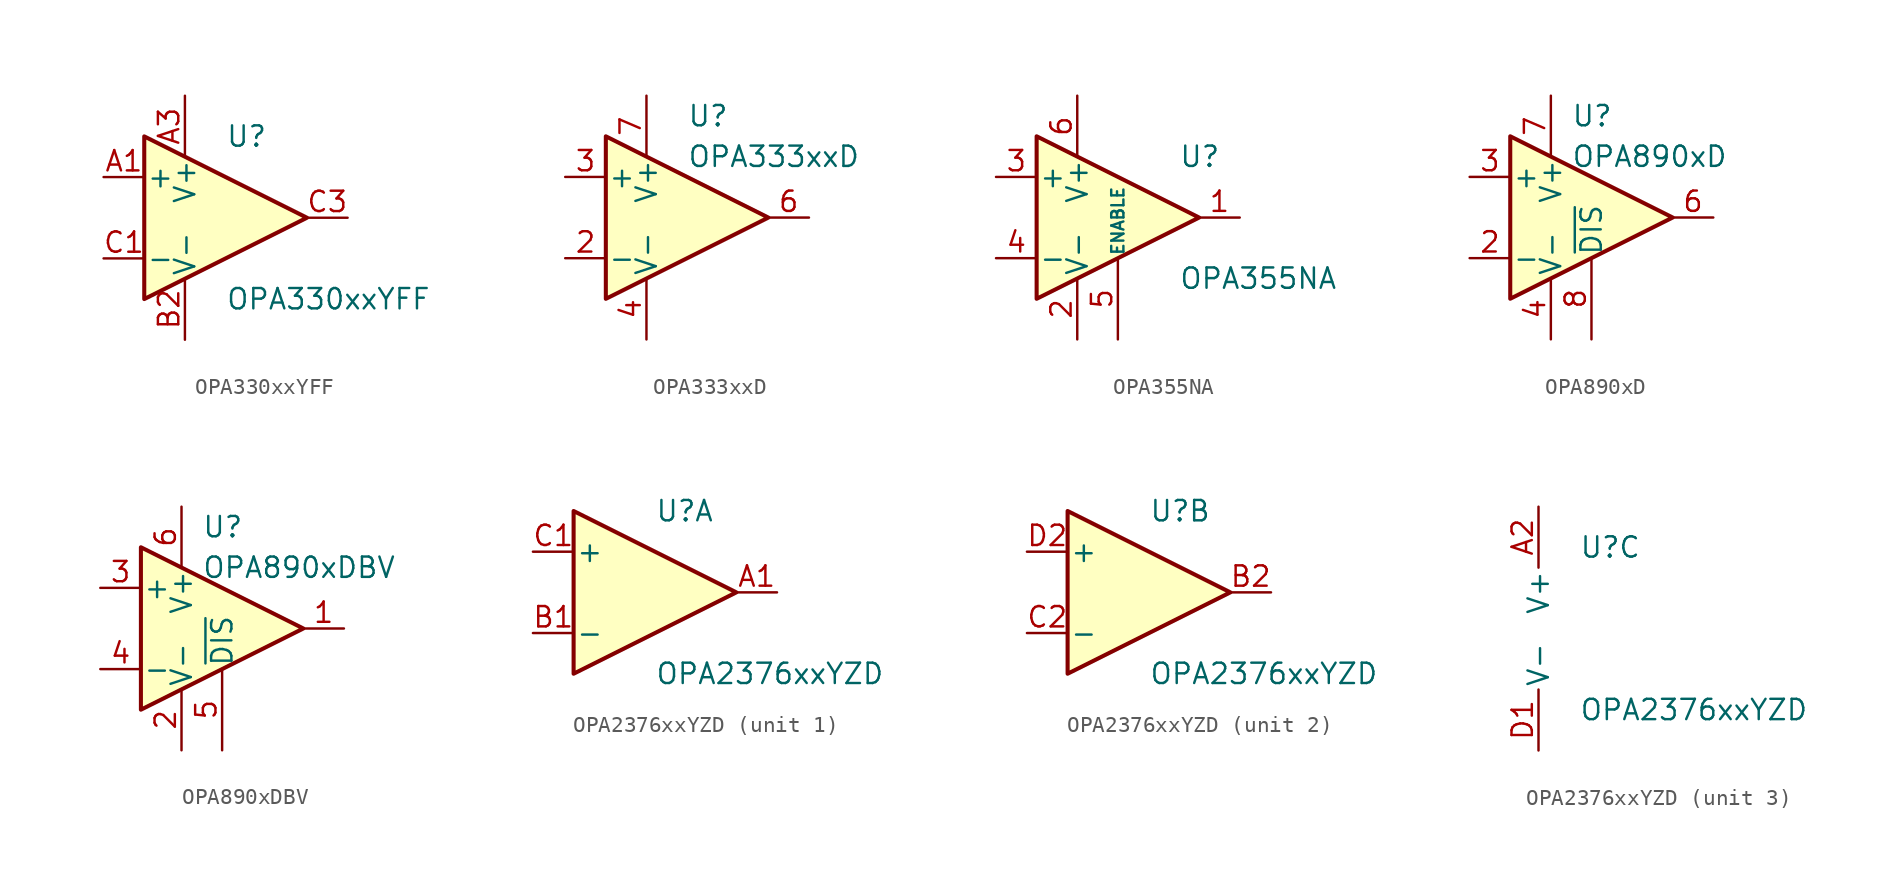
<source format=kicad_sym>
(kicad_symbol_lib
  (version 20200126)
  (host kicad_symbol_editor "(5.99.0-2908-g9a4f92dfd9)")
  (symbol "Bobs_Op_Amps:OPA330xxYFF"
    (pin_names
      (offset 0.127))
    (property "Reference" "U"
      (at 0 5.08 0)
      (effects (font (size 1.27 1.27)) (justify left)))
    (property "Value" "OPA330xxYFF"
      (at 0 -5.08 0)
      (effects (font (size 1.27 1.27)) (justify left)))
    (symbol "OPA330xxYFF_0_1"
      (polyline (pts (xy -5.08 5.08) (xy 5.08 0) (xy -5.08 -5.08) (xy -5.08 5.08)) (stroke (width 0.254)) (fill (type background)))
      (pin power_in line (at -2.54 7.62 270) (length 3.81) (name "V+" (effects (font (size 1.27 1.27)))) (number "A3" (effects (font (size 1.27 1.27)))))
      (pin power_in line (at -2.54 -7.62 90) (length 3.81) (name "V-" (effects (font (size 1.27 1.27)))) (number "B2" (effects (font (size 1.27 1.27))))))
    (symbol "OPA330xxYFF_1_1"
      (pin input line (at -7.62 2.54 0) (length 2.54) (name "+" (effects (font (size 1.27 1.27)))) (number "A1" (effects (font (size 1.27 1.27)))))
      (pin input line (at -7.62 -2.54 0) (length 2.54) (name "-" (effects (font (size 1.27 1.27)))) (number "C1" (effects (font (size 1.27 1.27)))))
      (pin output line (at 7.62 0 180) (length 2.54) (name "~" (effects (font (size 1.27 1.27)))) (number "C3" (effects (font (size 1.27 1.27)))))))
  (symbol "Bobs_Op_Amps:OPA333xxD"
    (pin_names
      (offset 0.127))
    (property "Reference" "U"
      (at 0 6.35 0)
      (effects (font (size 1.27 1.27)) (justify left)))
    (property "Value" "OPA333xxD"
      (at 0 3.81 0)
      (effects (font (size 1.27 1.27)) (justify left)))
    (symbol "OPA333xxD_0_1"
      (polyline (pts (xy -5.08 5.08) (xy 5.08 0) (xy -5.08 -5.08) (xy -5.08 5.08)) (stroke (width 0.254)) (fill (type background))))
    (symbol "OPA333xxD_1_1"
      (pin unconnected line (at -2.54 2.54 270) (length 2.54) hide (name "NC" (effects (font (size 1.27 1.27)))) (number "1" (effects (font (size 1.27 1.27)))))
      (pin input line (at -7.62 -2.54 0) (length 2.54) (name "-" (effects (font (size 1.27 1.27)))) (number "2" (effects (font (size 1.27 1.27)))))
      (pin input line (at -7.62 2.54 0) (length 2.54) (name "+" (effects (font (size 1.27 1.27)))) (number "3" (effects (font (size 1.27 1.27)))))
      (pin power_in line (at -2.54 -7.62 90) (length 3.81) (name "V-" (effects (font (size 1.27 1.27)))) (number "4" (effects (font (size 1.27 1.27)))))
      (pin unconnected line (at 0 2.54 270) (length 2.54) hide (name "NC" (effects (font (size 1.27 1.27)))) (number "5" (effects (font (size 1.27 1.27)))))
      (pin output line (at 7.62 0 180) (length 2.54) (name "~" (effects (font (size 1.27 1.27)))) (number "6" (effects (font (size 1.27 1.27)))))
      (pin power_in line (at -2.54 7.62 270) (length 3.81) (name "V+" (effects (font (size 1.27 1.27)))) (number "7" (effects (font (size 1.27 1.27)))))
      (pin unconnected line (at 0 -2.54 90) (length 2.54) hide (name "NC" (effects (font (size 1.27 1.27)))) (number "8" (effects (font (size 1.27 1.27)))))))
  (symbol "Bobs_Op_Amps:OPA355NA"
    (pin_names
      (offset 0.127))
    (property "Reference" "U"
      (at 3.81 3.81 0)
      (effects (font (size 1.27 1.27)) (justify left)))
    (property "Value" "OPA355NA"
      (at 3.81 -3.81 0)
      (effects (font (size 1.27 1.27)) (justify left)))
    (symbol "OPA355NA_0_1"
      (polyline (pts (xy -5.08 5.08) (xy 5.08 0) (xy -5.08 -5.08) (xy -5.08 5.08)) (stroke (width 0.254)) (fill (type background))))
    (symbol "OPA355NA_1_1"
      (pin output line (at 7.62 0 180) (length 2.54) (name "~" (effects (font (size 1.27 1.27)))) (number "1" (effects (font (size 1.27 1.27)))))
      (pin power_in line (at -2.54 -7.62 90) (length 3.81) (name "V-" (effects (font (size 1.27 1.27)))) (number "2" (effects (font (size 1.27 1.27)))))
      (pin input line (at -7.62 2.54 0) (length 2.54) (name "+" (effects (font (size 1.27 1.27)))) (number "3" (effects (font (size 1.27 1.27)))))
      (pin input line (at -7.62 -2.54 0) (length 2.54) (name "-" (effects (font (size 1.27 1.27)))) (number "4" (effects (font (size 1.27 1.27)))))
      (pin input line (at 0 -7.62 90) (length 5.08) (name "ENABLE" (effects (font (size 0.762 0.762)))) (number "5" (effects (font (size 1.27 1.27)))))
      (pin power_in line (at -2.54 7.62 270) (length 3.81) (name "V+" (effects (font (size 1.27 1.27)))) (number "6" (effects (font (size 1.27 1.27)))))))
  (symbol "Bobs_Op_Amps:OPA890xD"
    (pin_names
      (offset 0.127))
    (property "Reference" "U"
      (at -1.27 6.35 0)
      (effects (font (size 1.27 1.27)) (justify left)))
    (property "Value" "OPA890xD"
      (at -1.27 3.81 0)
      (effects (font (size 1.27 1.27)) (justify left)))
    (symbol "OPA890xD_0_1"
      (polyline (pts (xy -5.08 5.08) (xy 5.08 0) (xy -5.08 -5.08) (xy -5.08 5.08)) (stroke (width 0.254)) (fill (type background)))
      (pin power_in line (at -2.54 -7.62 90) (length 3.81) (name "V-" (effects (font (size 1.27 1.27)))) (number "4" (effects (font (size 1.27 1.27)))))
      (pin power_in line (at -2.54 7.62 270) (length 3.81) (name "V+" (effects (font (size 1.27 1.27)))) (number "7" (effects (font (size 1.27 1.27))))))
    (symbol "OPA890xD_1_1"
      (pin unconnected line (at -5.08 5.08 270) (length 2.54) hide (name "NC" (effects (font (size 1.27 1.27)))) (number "1" (effects (font (size 1.27 1.27)))))
      (pin input line (at -7.62 -2.54 0) (length 2.54) (name "-" (effects (font (size 1.27 1.27)))) (number "2" (effects (font (size 1.27 1.27)))))
      (pin input line (at -7.62 2.54 0) (length 2.54) (name "+" (effects (font (size 1.27 1.27)))) (number "3" (effects (font (size 1.27 1.27)))))
      (pin unconnected line (at -5.08 -5.08 90) (length 3.81) hide (name "NC" (effects (font (size 1.27 1.27)))) (number "5" (effects (font (size 1.27 1.27)))))
      (pin output line (at 7.62 0 180) (length 2.54) (name "~" (effects (font (size 1.27 1.27)))) (number "6" (effects (font (size 1.27 1.27)))))
      (pin input line (at 0 -7.62 90) (length 5.08) (name "~DIS" (effects (font (size 1.27 1.27)))) (number "8" (effects (font (size 1.27 1.27)))))))
  (symbol "Bobs_Op_Amps:OPA890xDBV"
    (pin_names
      (offset 0.127))
    (property "Reference" "U"
      (at -1.27 6.35 0)
      (effects (font (size 1.27 1.27)) (justify left)))
    (property "Value" "OPA890xDBV"
      (at -1.27 3.81 0)
      (effects (font (size 1.27 1.27)) (justify left)))
    (symbol "OPA890xDBV_0_1"
      (polyline (pts (xy -5.08 5.08) (xy 5.08 0) (xy -5.08 -5.08) (xy -5.08 5.08)) (stroke (width 0.254)) (fill (type background)))
      (pin power_in line (at -2.54 -7.62 90) (length 3.81) (name "V-" (effects (font (size 1.27 1.27)))) (number "2" (effects (font (size 1.27 1.27)))))
      (pin power_in line (at -2.54 7.62 270) (length 3.81) (name "V+" (effects (font (size 1.27 1.27)))) (number "6" (effects (font (size 1.27 1.27))))))
    (symbol "OPA890xDBV_1_1"
      (pin output line (at 7.62 0 180) (length 2.54) (name "~" (effects (font (size 1.27 1.27)))) (number "1" (effects (font (size 1.27 1.27)))))
      (pin input line (at -7.62 2.54 0) (length 2.54) (name "+" (effects (font (size 1.27 1.27)))) (number "3" (effects (font (size 1.27 1.27)))))
      (pin input line (at -7.62 -2.54 0) (length 2.54) (name "-" (effects (font (size 1.27 1.27)))) (number "4" (effects (font (size 1.27 1.27)))))
      (pin input line (at 0 -7.62 90) (length 5.08) (name "~DIS" (effects (font (size 1.27 1.27)))) (number "5" (effects (font (size 1.27 1.27)))))))
  (symbol "Bobs_Op_Amps:OPA2376xxYZD"
    (pin_names
      (offset 0.127))
    (property "Reference" "U"
      (at 0 5.08 0)
      (effects (font (size 1.27 1.27)) (justify left)))
    (property "Value" "OPA2376xxYZD"
      (at 0 -5.08 0)
      (effects (font (size 1.27 1.27)) (justify left)))
    (property "ki_locked" ""
      (at 0 0 0)
      (effects (font (size 1.27 1.27))))
    (symbol "OPA2376xxYZD_1_1"
      (polyline (pts (xy -5.08 5.08) (xy 5.08 0) (xy -5.08 -5.08) (xy -5.08 5.08)) (stroke (width 0.254)) (fill (type background)))
      (pin output line (at 7.62 0 180) (length 2.54) (name "~" (effects (font (size 1.27 1.27)))) (number "A1" (effects (font (size 1.27 1.27)))))
      (pin input line (at -7.62 -2.54 0) (length 2.54) (name "-" (effects (font (size 1.27 1.27)))) (number "B1" (effects (font (size 1.27 1.27)))))
      (pin input line (at -7.62 2.54 0) (length 2.54) (name "+" (effects (font (size 1.27 1.27)))) (number "C1" (effects (font (size 1.27 1.27))))))
    (symbol "OPA2376xxYZD_2_1"
      (polyline (pts (xy -5.08 5.08) (xy 5.08 0) (xy -5.08 -5.08) (xy -5.08 5.08)) (stroke (width 0.254)) (fill (type background)))
      (pin output line (at 7.62 0 180) (length 2.54) (name "~" (effects (font (size 1.27 1.27)))) (number "B2" (effects (font (size 1.27 1.27)))))
      (pin input line (at -7.62 -2.54 0) (length 2.54) (name "-" (effects (font (size 1.27 1.27)))) (number "C2" (effects (font (size 1.27 1.27)))))
      (pin input line (at -7.62 2.54 0) (length 2.54) (name "+" (effects (font (size 1.27 1.27)))) (number "D2" (effects (font (size 1.27 1.27))))))
    (symbol "OPA2376xxYZD_3_1"
      (pin power_in line (at -2.54 7.62 270) (length 3.81) (name "V+" (effects (font (size 1.27 1.27)))) (number "A2" (effects (font (size 1.27 1.27)))))
      (pin power_in line (at -2.54 -7.62 90) (length 3.81) (name "V-" (effects (font (size 1.27 1.27)))) (number "D1" (effects (font (size 1.27 1.27))))))))
</source>
